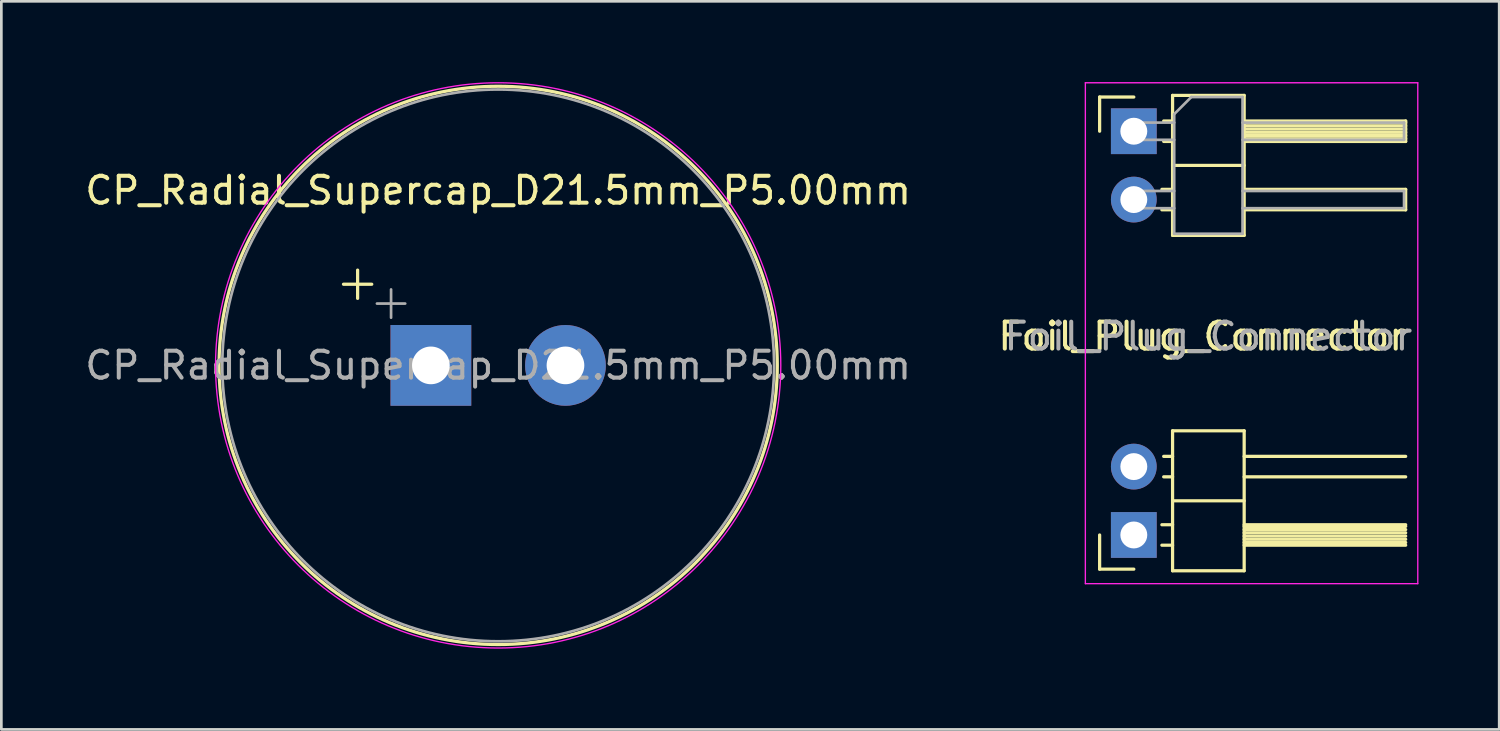
<source format=kicad_pcb>
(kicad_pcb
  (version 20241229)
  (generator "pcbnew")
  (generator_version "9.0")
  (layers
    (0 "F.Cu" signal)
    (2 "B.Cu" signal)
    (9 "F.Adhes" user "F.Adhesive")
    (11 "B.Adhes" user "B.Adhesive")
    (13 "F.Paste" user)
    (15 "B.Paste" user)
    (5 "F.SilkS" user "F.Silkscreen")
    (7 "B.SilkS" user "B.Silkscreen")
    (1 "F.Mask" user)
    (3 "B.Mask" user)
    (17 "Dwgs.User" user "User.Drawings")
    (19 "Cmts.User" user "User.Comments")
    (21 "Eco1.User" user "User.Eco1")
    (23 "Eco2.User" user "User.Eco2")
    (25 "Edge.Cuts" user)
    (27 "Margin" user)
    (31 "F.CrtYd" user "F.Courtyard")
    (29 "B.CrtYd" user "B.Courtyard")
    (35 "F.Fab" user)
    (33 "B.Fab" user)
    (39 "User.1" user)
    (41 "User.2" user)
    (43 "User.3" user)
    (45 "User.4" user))
  (footprint "Foil_Plug_Connector"
    (layer "F.Cu")
    (at 39.073 1.825)
    (property "Reference" "Foil_Plug_Connector" (at 2.54 7.62 0) (layer "F.SilkS") (effects (font (size 1 1) (thickness 0.15))))
    (attr through_hole)
    (fp_line (start -1.27 -1.27) (end 0 -1.27) (stroke (width 0.12) (type solid)) (layer "F.SilkS"))
    (fp_line (start -1.27 0) (end -1.27 -1.27) (stroke (width 0.12) (type solid)) (layer "F.SilkS"))
    (fp_line (start -1.27 16.27) (end -1.27 15) (stroke (width 0.12) (type solid)) (layer "F.SilkS"))
    (fp_line (start 0 16.27) (end -1.27 16.27) (stroke (width 0.12) (type solid)) (layer "F.SilkS"))
    (fp_line (start 1.043 2.16) (end 1.44 2.16) (stroke (width 0.12) (type solid)) (layer "F.SilkS"))
    (fp_line (start 1.043 2.92) (end 1.44 2.92) (stroke (width 0.12) (type solid)) (layer "F.SilkS"))
    (fp_line (start 1.043 14.62) (end 1.44 14.62) (stroke (width 0.12) (type solid)) (layer "F.SilkS"))
    (fp_line (start 1.043 15.38) (end 1.44 15.38) (stroke (width 0.12) (type solid)) (layer "F.SilkS"))
    (fp_line (start 1.11 -0.38) (end 1.44 -0.38) (stroke (width 0.12) (type solid)) (layer "F.SilkS"))
    (fp_line (start 1.11 0.38) (end 1.44 0.38) (stroke (width 0.12) (type solid)) (layer "F.SilkS"))
    (fp_line (start 1.11 12.08) (end 1.44 12.08) (stroke (width 0.12) (type solid)) (layer "F.SilkS"))
    (fp_line (start 1.11 12.84) (end 1.44 12.84) (stroke (width 0.12) (type solid)) (layer "F.SilkS"))
    (fp_line (start 1.44 -1.33) (end 1.44 3.87) (stroke (width 0.12) (type solid)) (layer "F.SilkS"))
    (fp_line (start 1.44 1.27) (end 4.1 1.27) (stroke (width 0.12) (type solid)) (layer "F.SilkS"))
    (fp_line (start 1.44 3.87) (end 4.1 3.87) (stroke (width 0.12) (type solid)) (layer "F.SilkS"))
    (fp_line (start 1.44 11.13) (end 1.44 16.33) (stroke (width 0.12) (type solid)) (layer "F.SilkS"))
    (fp_line (start 1.44 13.73) (end 4.1 13.73) (stroke (width 0.12) (type solid)) (layer "F.SilkS"))
    (fp_line (start 1.44 16.33) (end 4.1 16.33) (stroke (width 0.12) (type solid)) (layer "F.SilkS"))
    (fp_line (start 4.1 -1.33) (end 1.44 -1.33) (stroke (width 0.12) (type solid)) (layer "F.SilkS"))
    (fp_line (start 4.1 -0.38) (end 10.1 -0.38) (stroke (width 0.12) (type solid)) (layer "F.SilkS"))
    (fp_line (start 4.1 -0.32) (end 10.1 -0.32) (stroke (width 0.12) (type solid)) (layer "F.SilkS"))
    (fp_line (start 4.1 -0.2) (end 10.1 -0.2) (stroke (width 0.12) (type solid)) (layer "F.SilkS"))
    (fp_line (start 4.1 -0.08) (end 10.1 -0.08) (stroke (width 0.12) (type solid)) (layer "F.SilkS"))
    (fp_line (start 4.1 0.04) (end 10.1 0.04) (stroke (width 0.12) (type solid)) (layer "F.SilkS"))
    (fp_line (start 4.1 0.16) (end 10.1 0.16) (stroke (width 0.12) (type solid)) (layer "F.SilkS"))
    (fp_line (start 4.1 0.28) (end 10.1 0.28) (stroke (width 0.12) (type solid)) (layer "F.SilkS"))
    (fp_line (start 4.1 2.16) (end 10.1 2.16) (stroke (width 0.12) (type solid)) (layer "F.SilkS"))
    (fp_line (start 4.1 3.87) (end 4.1 -1.33) (stroke (width 0.12) (type solid)) (layer "F.SilkS"))
    (fp_line (start 4.1 11.13) (end 1.44 11.13) (stroke (width 0.12) (type solid)) (layer "F.SilkS"))
    (fp_line (start 4.1 12.08) (end 10.1 12.08) (stroke (width 0.12) (type solid)) (layer "F.SilkS"))
    (fp_line (start 4.1 14.62) (end 10.1 14.62) (stroke (width 0.12) (type solid)) (layer "F.SilkS"))
    (fp_line (start 4.1 14.68) (end 10.1 14.68) (stroke (width 0.12) (type solid)) (layer "F.SilkS"))
    (fp_line (start 4.1 14.8) (end 10.1 14.8) (stroke (width 0.12) (type solid)) (layer "F.SilkS"))
    (fp_line (start 4.1 14.92) (end 10.1 14.92) (stroke (width 0.12) (type solid)) (layer "F.SilkS"))
    (fp_line (start 4.1 15.04) (end 10.1 15.04) (stroke (width 0.12) (type solid)) (layer "F.SilkS"))
    (fp_line (start 4.1 15.16) (end 10.1 15.16) (stroke (width 0.12) (type solid)) (layer "F.SilkS"))
    (fp_line (start 4.1 15.28) (end 10.1 15.28) (stroke (width 0.12) (type solid)) (layer "F.SilkS"))
    (fp_line (start 4.1 16.33) (end 4.1 11.13) (stroke (width 0.12) (type solid)) (layer "F.SilkS"))
    (fp_line (start 10.1 -0.38) (end 10.1 0.38) (stroke (width 0.12) (type solid)) (layer "F.SilkS"))
    (fp_line (start 10.1 0.38) (end 4.1 0.38) (stroke (width 0.12) (type solid)) (layer "F.SilkS"))
    (fp_line (start 10.1 2.16) (end 10.1 2.92) (stroke (width 0.12) (type solid)) (layer "F.SilkS"))
    (fp_line (start 10.1 2.92) (end 4.1 2.92) (stroke (width 0.12) (type solid)) (layer "F.SilkS"))
    (fp_line (start 10.1 12.84) (end 4.1 12.84) (stroke (width 0.12) (type solid)) (layer "F.SilkS"))
    (fp_line (start 10.1 15.38) (end 4.1 15.38) (stroke (width 0.12) (type solid)) (layer "F.SilkS"))
    (fp_line (start -1.8 -1.8) (end -1.8 16.81) (stroke (width 0.05) (type solid)) (layer "F.CrtYd"))
    (fp_line (start -1.8 16.81) (end 10.55 16.81) (stroke (width 0.05) (type solid)) (layer "F.CrtYd"))
    (fp_line (start 10.55 -1.8) (end -1.8 -1.8) (stroke (width 0.05) (type solid)) (layer "F.CrtYd"))
    (fp_line (start 10.55 16.81) (end 10.55 -1.8) (stroke (width 0.05) (type solid)) (layer "F.CrtYd"))
    (fp_line (start -0.32 -0.32) (end -0.32 0.32) (stroke (width 0.1) (type solid)) (layer "F.Fab"))
    (fp_line (start -0.32 -0.32) (end 1.5 -0.32) (stroke (width 0.1) (type solid)) (layer "F.Fab"))
    (fp_line (start -0.32 0.32) (end 1.5 0.32) (stroke (width 0.1) (type solid)) (layer "F.Fab"))
    (fp_line (start -0.32 2.22) (end -0.32 2.86) (stroke (width 0.1) (type solid)) (layer "F.Fab"))
    (fp_line (start -0.32 2.22) (end 1.5 2.22) (stroke (width 0.1) (type solid)) (layer "F.Fab"))
    (fp_line (start -0.32 2.86) (end 1.5 2.86) (stroke (width 0.1) (type solid)) (layer "F.Fab"))
    (fp_line (start 1.5 -0.635) (end 2.135 -1.27) (stroke (width 0.1) (type solid)) (layer "F.Fab"))
    (fp_line (start 1.5 3.81) (end 1.5 -0.635) (stroke (width 0.1) (type solid)) (layer "F.Fab"))
    (fp_line (start 2.135 -1.27) (end 4.04 -1.27) (stroke (width 0.1) (type solid)) (layer "F.Fab"))
    (fp_line (start 4.04 -1.27) (end 4.04 3.81) (stroke (width 0.1) (type solid)) (layer "F.Fab"))
    (fp_line (start 4.04 -0.32) (end 10.04 -0.32) (stroke (width 0.1) (type solid)) (layer "F.Fab"))
    (fp_line (start 4.04 0.32) (end 10.04 0.32) (stroke (width 0.1) (type solid)) (layer "F.Fab"))
    (fp_line (start 4.04 2.22) (end 10.04 2.22) (stroke (width 0.1) (type solid)) (layer "F.Fab"))
    (fp_line (start 4.04 2.86) (end 10.04 2.86) (stroke (width 0.1) (type solid)) (layer "F.Fab"))
    (fp_line (start 4.04 3.81) (end 1.5 3.81) (stroke (width 0.1) (type solid)) (layer "F.Fab"))
    (fp_line (start 10.04 -0.32) (end 10.04 0.32) (stroke (width 0.1) (type solid)) (layer "F.Fab"))
    (fp_line (start 10.04 2.22) (end 10.04 2.86) (stroke (width 0.1) (type solid)) (layer "F.Fab"))
    (fp_text user "${REFERENCE}" (at 2.77 7.62 180) (layer "F.Fab") (effects (font (size 1 1) (thickness 0.15))))
    (pad "1" thru_hole rect (at 0 0) (size 1.7 1.7) (drill 1) (layers "*.Cu" "*.Mask"))
    (pad "1" thru_hole oval (at 0 2.54) (size 1.7 1.7) (drill 1) (layers "*.Cu" "*.Mask"))
    (pad "2" thru_hole oval (at 0 12.46) (size 1.7 1.7) (drill 1) (layers "*.Cu" "*.Mask"))
    (pad "2" thru_hole rect (at 0 15) (size 1.7 1.7) (drill 1) (layers "*.Cu" "*.Mask")))
  (footprint "CP_Radial_Supercap_D21.5mm_P5.00mm"
    (layer "F.Cu")
    (at 12.958 10.525)
    (property "Reference" "CP_Radial_Supercap_D21.5mm_P5.00mm" (at 2.5 -6.5 0) (layer "F.SilkS") (effects (font (size 1 1) (thickness 0.15))))
    (attr through_hole)
    (fp_line (start -3.247 -3.015) (end -2.197 -3.015) (stroke (width 0.12) (type solid)) (layer "F.SilkS"))
    (fp_line (start -2.722 -3.54) (end -2.722 -2.49) (stroke (width 0.12) (type solid)) (layer "F.SilkS"))
    (fp_circle (center 2.5 0) (end 12.87 0) (stroke (width 0.12) (type solid)) (fill no) (layer "F.SilkS"))
    (fp_circle (center 2.5 0) (end 13 0) (stroke (width 0.05) (type solid)) (fill no) (layer "F.CrtYd"))
    (fp_line (start -2.004 -2.297) (end -0.954 -2.297) (stroke (width 0.1) (type solid)) (layer "F.Fab"))
    (fp_line (start -1.479 -2.822) (end -1.479 -1.772) (stroke (width 0.1) (type solid)) (layer "F.Fab"))
    (fp_circle (center 2.5 0) (end 12.75 0) (stroke (width 0.1) (type solid)) (fill no) (layer "F.Fab"))
    (fp_text user "${REFERENCE}" (at 2.5 0 0) (layer "F.Fab") (effects (font (size 1 1) (thickness 0.15))))
    (pad "1" thru_hole rect (at 0 0) (size 3 3) (drill 1.4) (layers "*.Cu" "*.Mask"))
    (pad "2" thru_hole circle (at 5 0) (size 3 3) (drill 1.4) (layers "*.Cu" "*.Mask")))
  (gr_rect
    (start -3 -3)
    (end 52.648 24.05)
    (stroke (width 0.1) (type default))
    (fill no)
    (layer "Edge.Cuts")))
</source>
